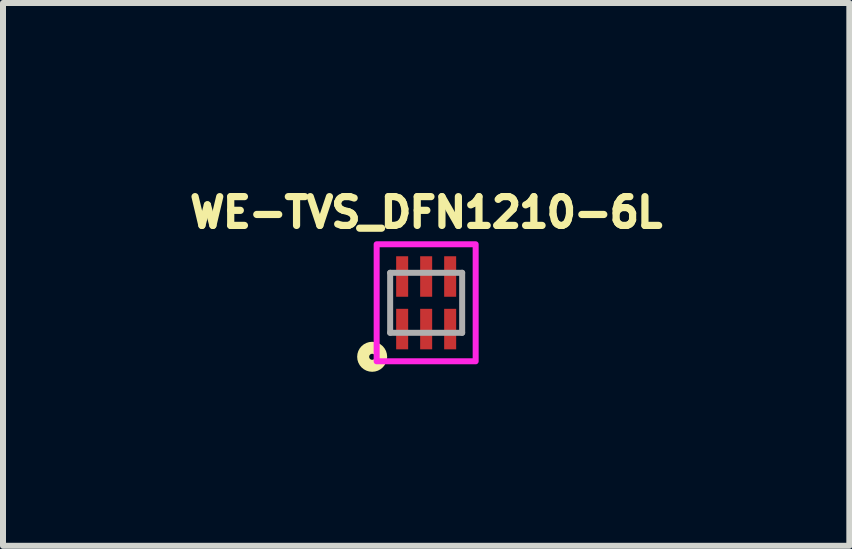
<source format=kicad_pcb>
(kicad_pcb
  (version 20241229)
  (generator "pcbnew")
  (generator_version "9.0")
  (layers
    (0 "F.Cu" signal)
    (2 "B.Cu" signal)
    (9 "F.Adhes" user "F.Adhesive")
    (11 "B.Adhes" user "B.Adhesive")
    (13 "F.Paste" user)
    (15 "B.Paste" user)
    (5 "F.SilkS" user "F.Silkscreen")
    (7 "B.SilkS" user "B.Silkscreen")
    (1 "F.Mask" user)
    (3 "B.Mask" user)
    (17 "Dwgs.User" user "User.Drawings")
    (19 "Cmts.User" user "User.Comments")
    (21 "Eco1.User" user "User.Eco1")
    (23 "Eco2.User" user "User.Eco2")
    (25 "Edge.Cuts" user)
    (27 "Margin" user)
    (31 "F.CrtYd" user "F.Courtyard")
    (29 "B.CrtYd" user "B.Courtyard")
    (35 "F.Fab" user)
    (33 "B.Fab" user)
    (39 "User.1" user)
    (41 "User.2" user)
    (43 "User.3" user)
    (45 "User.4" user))
  (footprint "WE-TVS_DFN1210-6L"
    (layer "F.Cu")
    (at 4.052 1.996)
    (property "Reference" "WE-TVS_DFN1210-6L" (at 0 -1.505 0) (layer "F.SilkS") (effects (font (size 0.48 0.48) (thickness 0.15))))
    (attr smd)
    (fp_circle (center -0.9 0.9) (end -0.85 0.9) (stroke (width 0.2) (type solid)) (fill no) (layer "F.SilkS"))
    (fp_poly (pts (xy -0.825 -0.975) (xy 0.825 -0.975) (xy 0.825 0.975) (xy -0.825 0.975)) (stroke (width 0.1) (type solid)) (fill no) (layer "F.CrtYd"))
    (fp_line (start -0.6 -0.5) (end 0.6 -0.5) (stroke (width 0.1) (type solid)) (layer "F.Fab"))
    (fp_line (start -0.6 0.5) (end -0.6 -0.5) (stroke (width 0.1) (type solid)) (layer "F.Fab"))
    (fp_line (start 0.6 -0.5) (end 0.6 0.5) (stroke (width 0.1) (type solid)) (layer "F.Fab"))
    (fp_line (start 0.6 0.5) (end -0.6 0.5) (stroke (width 0.1) (type solid)) (layer "F.Fab"))
    (pad "1" smd rect (at -0.4 0.438) (size 0.2 0.675) (layers "F.Cu" "F.Mask" "F.Paste"))
    (pad "2" smd rect (at 0 0.438) (size 0.2 0.675) (layers "F.Cu" "F.Mask" "F.Paste"))
    (pad "3" smd rect (at 0.4 0.438) (size 0.2 0.675) (layers "F.Cu" "F.Mask" "F.Paste"))
    (pad "4" smd rect (at 0.4 -0.438) (size 0.2 0.675) (layers "F.Cu" "F.Mask" "F.Paste"))
    (pad "5" smd rect (at 0 -0.438) (size 0.2 0.675) (layers "F.Cu" "F.Mask" "F.Paste"))
    (pad "6" smd rect (at -0.4 -0.438) (size 0.2 0.675) (layers "F.Cu" "F.Mask" "F.Paste")))
  (gr_rect
    (start -3 -3)
    (end 11.104 6.046)
    (stroke (width 0.1) (type default))
    (fill no)
    (layer "Edge.Cuts")))
</source>
